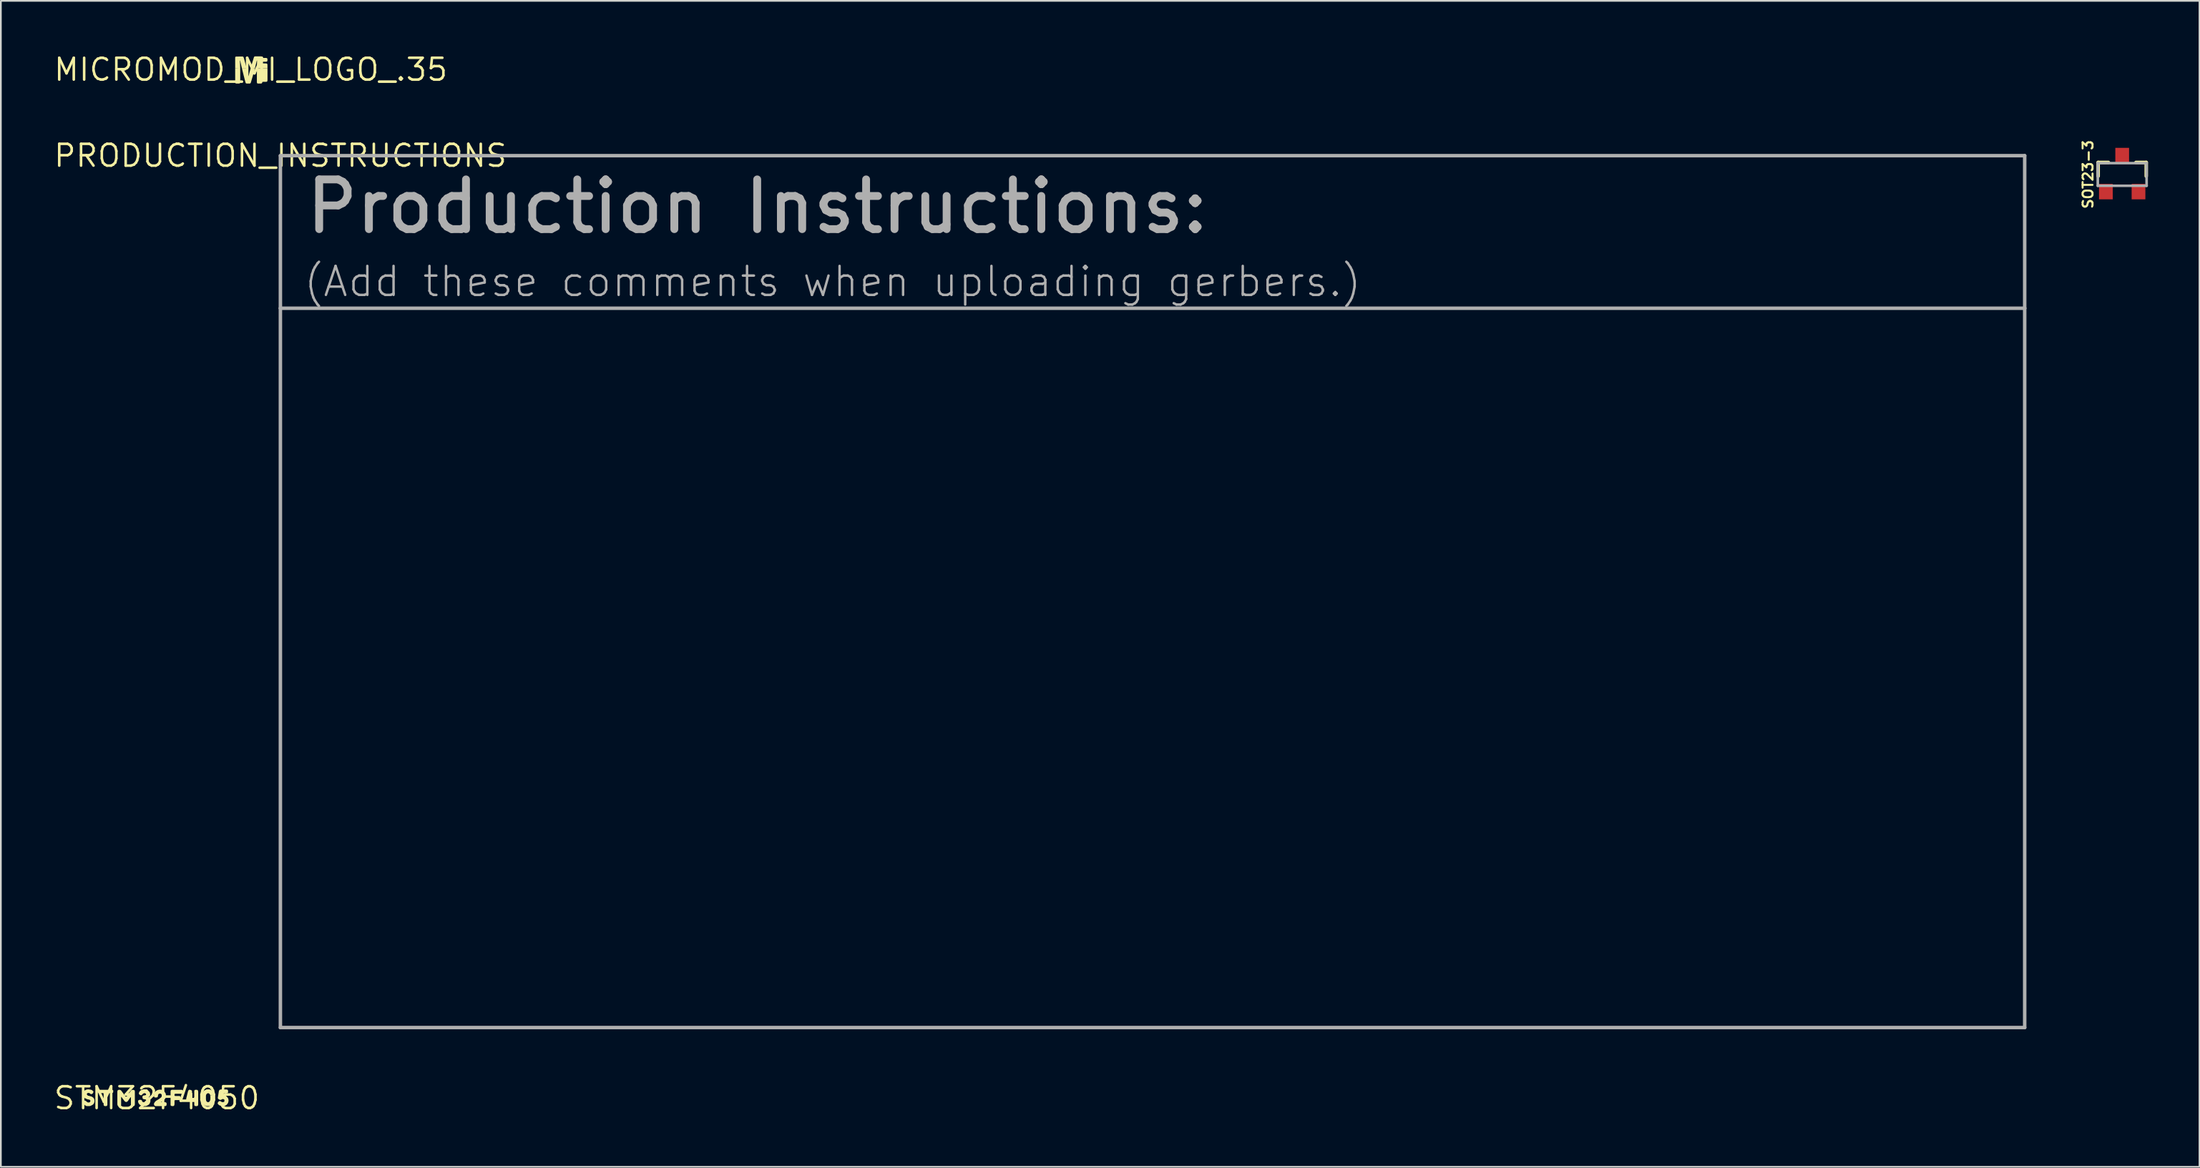
<source format=kicad_pcb>
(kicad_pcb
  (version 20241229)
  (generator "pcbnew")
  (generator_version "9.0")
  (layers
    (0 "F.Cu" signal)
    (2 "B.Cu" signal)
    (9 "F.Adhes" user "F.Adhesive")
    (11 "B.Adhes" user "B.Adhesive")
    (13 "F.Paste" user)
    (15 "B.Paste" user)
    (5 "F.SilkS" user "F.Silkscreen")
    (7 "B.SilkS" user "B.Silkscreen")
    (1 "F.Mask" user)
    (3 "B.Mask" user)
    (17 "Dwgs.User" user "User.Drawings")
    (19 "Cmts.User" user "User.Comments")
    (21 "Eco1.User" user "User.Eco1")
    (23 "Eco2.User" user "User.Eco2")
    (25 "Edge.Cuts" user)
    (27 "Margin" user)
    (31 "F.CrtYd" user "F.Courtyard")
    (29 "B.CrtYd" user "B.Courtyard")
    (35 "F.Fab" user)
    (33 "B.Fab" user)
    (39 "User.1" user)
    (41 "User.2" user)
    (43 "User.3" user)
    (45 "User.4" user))
  (footprint "MICROMOD_MI_LOGO_.35"
    (layer "F.Cu")
    (at 11.558 1.006)
    (property "Reference" "MICROMOD_MI_LOGO_.35" (at 0 0 0) (layer "F.SilkS") (effects (font (size 1.27 1.27) (thickness 0.15))))
    (attr through_hole)
    (fp_poly (pts (xy -0.91 -0.071) (xy -0.909 0.768) (xy -0.878 0.807) (xy -0.826 0.811) (xy -0.669 0.811) (xy -0.624 0.788) (xy -0.615 0.738) (xy -0.615 0.161) (xy -0.618 -0.048) (xy -0.648 -0.071)) (stroke (width 0) (type solid)) (fill yes) (layer "F.SilkS"))
    (fp_poly (pts (xy 0.971 -0.071) (xy 0.389 -0.071) (xy 0.356 -0.076) (xy 0.353 0.742) (xy 0.366 0.792) (xy 0.413 0.811) (xy 0.572 0.811) (xy 0.624 0.809) (xy 0.66 0.774) (xy 0.671 0.723) (xy 0.72 0.711) (xy 0.879 0.711) (xy 0.931 0.706) (xy 0.967 0.669) (xy 0.972 0.617) (xy 0.972 -0.018)) (stroke (width 0) (type solid)) (fill yes) (layer "F.SilkS"))
    (fp_poly (pts (xy -0.859 -0.762) (xy -0.903 -0.737) (xy -0.91 -0.685) (xy -0.909 -0.07) (xy -0.887 -0.07) (xy -0.617 -0.05) (xy -0.619 -0.12) (xy -0.624 -0.279) (xy -0.63 -0.438) (xy -0.637 -0.544) (xy -0.616 -0.506) (xy -0.582 -0.351) (xy -0.522 -0.092) (xy -0.486 -0.07) (xy -0.274 -0.07) (xy -0.241 -0.075) (xy -0.313 -0.346) (xy -0.384 -0.602) (xy -0.414 -0.704) (xy -0.437 -0.75) (xy -0.487 -0.763)) (stroke (width 0) (type solid)) (fill yes) (layer "F.SilkS"))
    (fp_poly (pts (xy -0.239 -0.071) (xy -0.52 -0.088) (xy -0.506 -0.029) (xy -0.417 0.332) (xy -0.338 0.641) (xy -0.31 0.744) (xy -0.292 0.793) (xy -0.244 0.811) (xy -0.084 0.811) (xy -0.032 0.807) (xy -0.000328 0.766) (xy 0.12 0.358) (xy 0.234 -0.052) (xy 0.205 -0.071) (xy -0.008 -0.071) (xy -0.024 -0.022) (xy -0.081 0.183) (xy -0.107 0.286) (xy -0.129 0.391) (xy -0.199 0.084) (xy -0.224 -0.02)) (stroke (width 0) (type solid)) (fill yes) (layer "F.SilkS"))
    (fp_poly (pts (xy -0.006 -0.076) (xy 0.2 -0.071) (xy 0.233 -0.049) (xy 0.306 -0.342) (xy 0.343 -0.496) (xy 0.36 -0.541) (xy 0.363 -0.493) (xy 0.358 -0.282) (xy 0.355 -0.071) (xy 0.937 -0.071) (xy 0.971 -0.073) (xy 0.97 -0.301) (xy 0.946 -0.347) (xy 0.897 -0.362) (xy 0.685 -0.363) (xy 0.661 -0.405) (xy 0.676 -0.452) (xy 0.728 -0.457) (xy 0.887 -0.457) (xy 0.938 -0.467) (xy 0.969 -0.508) (xy 0.971 -0.614) (xy 0.951 -0.661) (xy 0.903 -0.681) (xy 0.692 -0.681) (xy 0.661 -0.717) (xy 0.638 -0.762) (xy 0.588 -0.772) (xy 0.27 -0.772) (xy 0.218 -0.768) (xy 0.185 -0.729) (xy 0.091 -0.426) (xy 0.014 -0.173) (xy 0.004 -0.127)) (stroke (width 0) (type solid)) (fill yes) (layer "F.SilkS")))
  (footprint "STM32F4050"
    (layer "F.Cu")
    (at 6.085 60.926)
    (property "Reference" "STM32F4050" (at 0 0 0) (layer "F.SilkS") (effects (font (size 1.27 1.27) (thickness 0.15))))
    (attr through_hole)
    (fp_poly (pts (xy -3.35 -0.48) (xy -3.42 -0.47) (xy -3.44 -0.41) (xy -3.44 -0.34) (xy -3.4 -0.3) (xy -3.33 -0.29) (xy -3.12 -0.29) (xy -3.1 -0.25) (xy -3.1 0.37) (xy -3.09 0.43) (xy -3.04 0.47) (xy -2.97 0.47) (xy -2.91 0.46) (xy -2.88 0.4) (xy -2.88 0.33) (xy -2.88 -0.28) (xy -2.81 -0.29) (xy -2.6 -0.29) (xy -2.55 -0.32) (xy -2.54 -0.38) (xy -2.54 -0.45) (xy -2.6 -0.48) (xy -2.67 -0.48)) (stroke (width 0) (type solid)) (fill yes) (layer "F.SilkS"))
    (fp_poly (pts (xy 1.43 -0.48) (xy 0.95 -0.48) (xy 0.87 -0.48) (xy 0.82 -0.46) (xy 0.8 -0.4) (xy 0.8 -0.33) (xy 0.8 0.35) (xy 0.8 0.42) (xy 0.84 0.46) (xy 0.92 0.47) (xy 0.99 0.46) (xy 1.02 0.41) (xy 1.03 0.34) (xy 1.03 0.14) (xy 1.07 0.12) (xy 1.27 0.12) (xy 1.34 0.11) (xy 1.38 0.07) (xy 1.39 -0.01) (xy 1.38 -0.08) (xy 1.33 -0.12) (xy 1.06 -0.12) (xy 1.03 -0.15) (xy 1.03 -0.22) (xy 1.06 -0.25) (xy 1.47 -0.25) (xy 1.52 -0.29) (xy 1.54 -0.35) (xy 1.53 -0.42) (xy 1.49 -0.47)) (stroke (width 0) (type solid)) (fill yes) (layer "F.SilkS"))
    (fp_poly (pts (xy 2.2 -0.47) (xy 2.18 -0.41) (xy 2.18 -0.07) (xy 2.16 -0.01) (xy 2.03 -0.01) (xy 1.97 -0.02) (xy 2.05 -0.35) (xy 2.05 -0.41) (xy 2.01 -0.46) (xy 1.94 -0.48) (xy 1.87 -0.48) (xy 1.83 -0.43) (xy 1.81 -0.37) (xy 1.71 0.03) (xy 1.71 0.09) (xy 1.72 0.16) (xy 1.77 0.19) (xy 1.85 0.2) (xy 2.12 0.2) (xy 2.18 0.2) (xy 2.18 0.34) (xy 2.18 0.41) (xy 2.21 0.46) (xy 2.28 0.47) (xy 2.35 0.47) (xy 2.4 0.43) (xy 2.41 0.36) (xy 2.41 -0.38) (xy 2.39 -0.45) (xy 2.34 -0.48) (xy 2.26 -0.48)) (stroke (width 0) (type solid)) (fill yes) (layer "F.SilkS"))
    (fp_poly (pts (xy -1.29 -0.44) (xy -1.33 -0.47) (xy -1.42 -0.48) (xy -1.48 -0.46) (xy -1.6 -0.3) (xy -1.75 -0.1) (xy -1.81 -0.08) (xy -2.05 -0.4) (xy -2.09 -0.45) (xy -2.15 -0.48) (xy -2.23 -0.48) (xy -2.28 -0.45) (xy -2.3 -0.39) (xy -2.3 0.36) (xy -2.29 0.42) (xy -2.25 0.47) (xy -2.17 0.47) (xy -2.1 0.46) (xy -2.08 0.41) (xy -2.08 -0.07) (xy -2.06 -0.06) (xy -1.88 0.18) (xy -1.83 0.22) (xy -1.76 0.23) (xy -1.7 0.19) (xy -1.67 0.15) (xy -1.51 -0.08) (xy -1.51 0.33) (xy -1.51 0.4) (xy -1.48 0.45) (xy -1.42 0.47) (xy -1.34 0.47) (xy -1.3 0.44) (xy -1.28 0.37) (xy -1.28 -0.38)) (stroke (width 0) (type solid)) (fill yes) (layer "F.SilkS"))
    (fp_poly (pts (xy 3.72 -0.5) (xy 3.66 -0.48) (xy 3.62 -0.43) (xy 3.61 -0.39) (xy 3.55 0) (xy 3.57 0.04) (xy 3.62 0.08) (xy 3.69 0.11) (xy 3.75 0.1) (xy 3.81 0.06) (xy 3.88 0.06) (xy 3.93 0.09) (xy 3.94 0.16) (xy 3.92 0.22) (xy 3.86 0.24) (xy 3.78 0.23) (xy 3.72 0.19) (xy 3.67 0.17) (xy 3.61 0.19) (xy 3.56 0.25) (xy 3.54 0.31) (xy 3.57 0.36) (xy 3.62 0.41) (xy 3.69 0.44) (xy 3.75 0.46) (xy 3.82 0.47) (xy 3.89 0.47) (xy 3.95 0.46) (xy 4.01 0.43) (xy 4.07 0.39) (xy 4.11 0.34) (xy 4.15 0.28) (xy 4.17 0.21) (xy 4.18 0.14) (xy 4.17 0.08) (xy 4.15 0.01) (xy 4.11 -0.04) (xy 4.06 -0.1) (xy 4.01 -0.14) (xy 3.95 -0.16) (xy 3.88 -0.18) (xy 3.81 -0.18) (xy 3.82 -0.26) (xy 3.86 -0.27) (xy 4.07 -0.27) (xy 4.13 -0.29) (xy 4.15 -0.34) (xy 4.15 -0.43) (xy 4.13 -0.48) (xy 4.07 -0.5)) (stroke (width 0) (type solid)) (fill yes) (layer "F.SilkS"))
    (fp_poly (pts (xy 0.46 0.24) (xy 0.26 0.24) (xy 0.24 0.23) (xy 0.3 0.2) (xy 0.35 0.17) (xy 0.41 0.12) (xy 0.46 0.07) (xy 0.5 0.02) (xy 0.52 -0.05) (xy 0.53 -0.11) (xy 0.53 -0.18) (xy 0.52 -0.25) (xy 0.49 -0.31) (xy 0.45 -0.36) (xy 0.41 -0.41) (xy 0.36 -0.45) (xy 0.3 -0.48) (xy 0.23 -0.49) (xy 0.16 -0.49) (xy 0.09 -0.48) (xy 0.03 -0.46) (xy -0.03 -0.43) (xy -0.08 -0.38) (xy -0.12 -0.32) (xy -0.15 -0.26) (xy -0.16 -0.2) (xy -0.17 -0.13) (xy -0.16 -0.07) (xy -0.11 -0.03) (xy -0.03 -0.03) (xy 0.04 -0.05) (xy 0.06 -0.1) (xy 0.07 -0.16) (xy 0.09 -0.22) (xy 0.15 -0.26) (xy 0.22 -0.26) (xy 0.27 -0.22) (xy 0.3 -0.16) (xy 0.29 -0.1) (xy 0.25 -0.04) (xy 0.2 0) (xy 0.15 0.04) (xy -0.03 0.15) (xy -0.08 0.19) (xy -0.12 0.24) (xy -0.16 0.3) (xy -0.17 0.36) (xy -0.15 0.42) (xy -0.09 0.47) (xy -0.03 0.47) (xy 0.44 0.47) (xy 0.51 0.47) (xy 0.56 0.43) (xy 0.57 0.37) (xy 0.57 0.3) (xy 0.53 0.25)) (stroke (width 0) (type solid)) (fill yes) (layer "F.SilkS"))
    (fp_poly (pts (xy -4.29 0.33) (xy -4.25 0.37) (xy -4.19 0.41) (xy -4.14 0.45) (xy -4.07 0.47) (xy -4 0.47) (xy -3.93 0.47) (xy -3.87 0.46) (xy -3.81 0.43) (xy -3.75 0.4) (xy -3.7 0.36) (xy -3.66 0.3) (xy -3.64 0.24) (xy -3.63 0.17) (xy -3.64 0.09) (xy -3.66 0.03) (xy -3.7 -0.02) (xy -3.75 -0.06) (xy -3.81 -0.09) (xy -3.88 -0.11) (xy -4.01 -0.14) (xy -4.06 -0.18) (xy -4.08 -0.24) (xy -4.04 -0.29) (xy -3.97 -0.3) (xy -3.91 -0.28) (xy -3.85 -0.23) (xy -3.79 -0.23) (xy -3.74 -0.26) (xy -3.7 -0.33) (xy -3.69 -0.38) (xy -3.74 -0.43) (xy -3.79 -0.47) (xy -3.86 -0.49) (xy -3.93 -0.5) (xy -4 -0.51) (xy -4.07 -0.5) (xy -4.14 -0.48) (xy -4.19 -0.45) (xy -4.24 -0.41) (xy -4.28 -0.35) (xy -4.3 -0.29) (xy -4.31 -0.23) (xy -4.3 -0.16) (xy -4.28 -0.09) (xy -4.25 -0.04) (xy -4.2 0) (xy -4.14 0.03) (xy -4.07 0.06) (xy -4.01 0.08) (xy -3.94 0.09) (xy -3.88 0.12) (xy -3.87 0.18) (xy -3.89 0.23) (xy -3.96 0.26) (xy -4.03 0.25) (xy -4.09 0.21) (xy -4.15 0.16) (xy -4.2 0.14) (xy -4.26 0.15) (xy -4.31 0.21) (xy -4.32 0.26)) (stroke (width 0) (type solid)) (fill yes) (layer "F.SilkS"))
    (fp_poly (pts (xy -0.57 -0.51) (xy -0.71 -0.51) (xy -0.78 -0.51) (xy -0.84 -0.49) (xy -0.91 -0.47) (xy -0.96 -0.43) (xy -1.01 -0.38) (xy -1.04 -0.31) (xy -1.05 -0.26) (xy -1.02 -0.21) (xy -0.96 -0.17) (xy -0.9 -0.16) (xy -0.85 -0.2) (xy -0.81 -0.25) (xy -0.75 -0.28) (xy -0.68 -0.28) (xy -0.63 -0.24) (xy -0.63 -0.18) (xy -0.69 -0.16) (xy -0.77 -0.15) (xy -0.82 -0.13) (xy -0.84 -0.07) (xy -0.83 0.02) (xy -0.79 0.06) (xy -0.73 0.07) (xy -0.66 0.08) (xy -0.61 0.13) (xy -0.6 0.19) (xy -0.65 0.23) (xy -0.71 0.25) (xy -0.78 0.24) (xy -0.85 0.21) (xy -0.87 0.14) (xy -0.91 0.11) (xy -0.99 0.1) (xy -1.06 0.12) (xy -1.09 0.16) (xy -1.09 0.23) (xy -1.07 0.29) (xy -1.03 0.35) (xy -0.98 0.4) (xy -0.93 0.43) (xy -0.87 0.46) (xy -0.8 0.47) (xy -0.73 0.47) (xy -0.66 0.47) (xy -0.59 0.45) (xy -0.53 0.42) (xy -0.48 0.39) (xy -0.43 0.34) (xy -0.4 0.28) (xy -0.38 0.22) (xy -0.37 0.15) (xy -0.38 0.09) (xy -0.42 0.03) (xy -0.47 -0.02) (xy -0.47 -0.06) (xy -0.42 -0.1) (xy -0.39 -0.16) (xy -0.39 -0.23) (xy -0.4 -0.3) (xy -0.43 -0.36) (xy -0.48 -0.41)) (stroke (width 0) (type solid)) (fill yes) (layer "F.SilkS"))
    (fp_poly (pts (xy 2.73 -0.4) (xy 2.7 -0.35) (xy 2.67 -0.29) (xy 2.65 -0.22) (xy 2.64 -0.16) (xy 2.63 -0.09) (xy 2.62 -0.02) (xy 2.63 0.06) (xy 2.63 0.13) (xy 2.65 0.19) (xy 2.67 0.25) (xy 2.7 0.32) (xy 2.73 0.37) (xy 2.78 0.41) (xy 2.84 0.45) (xy 2.91 0.47) (xy 2.98 0.47) (xy 3.05 0.47) (xy 3.11 0.45) (xy 3.17 0.42) (xy 3.22 0.38) (xy 3.26 0.33) (xy 3.29 0.28) (xy 3.32 0.22) (xy 3.33 0.15) (xy 3.34 0.08) (xy 3.35 0.01) (xy 3.35 -0.07) (xy 3.34 -0.13) (xy 3.33 -0.2) (xy 3.11 -0.15) (xy 3.12 -0.07) (xy 3.12 0.03) (xy 3.11 0.12) (xy 3.08 0.18) (xy 3.05 0.22) (xy 3 0.24) (xy 2.98 0.24) (xy 2.94 0.23) (xy 2.9 0.2) (xy 2.87 0.14) (xy 2.86 0.06) (xy 2.86 -0.04) (xy 2.86 -0.14) (xy 2.88 -0.21) (xy 2.91 -0.25) (xy 2.96 -0.28) (xy 3.01 -0.28) (xy 3.05 -0.26) (xy 3.09 -0.22) (xy 3.11 -0.16) (xy 3.33 -0.2) (xy 3.31 -0.27) (xy 3.28 -0.33) (xy 3.25 -0.39) (xy 3.2 -0.43) (xy 3.15 -0.48) (xy 3.09 -0.5) (xy 3.02 -0.51) (xy 2.95 -0.51) (xy 2.88 -0.5) (xy 2.82 -0.47) (xy 2.76 -0.44)) (stroke (width 0) (type solid)) (fill yes) (layer "F.SilkS")))
  (footprint "SOT23-3"
    (layer "F.Cu")
    (at 120.561 7.114)
    (property "Reference" "SOT23-3" (at -1.651 0 90) (layer "F.SilkS") (effects (font (size 0.579 0.579) (thickness 0.116)) (justify bottom)))
    (attr through_hole)
    (fp_line (start -1.4 -0.7) (end -1.4 0.1) (stroke (width 0.203) (type solid)) (layer "F.SilkS"))
    (fp_line (start -0.8 -0.7) (end -1.4 -0.7) (stroke (width 0.203) (type solid)) (layer "F.SilkS"))
    (fp_line (start 0.8 -0.7) (end 1.4 -0.7) (stroke (width 0.203) (type solid)) (layer "F.SilkS"))
    (fp_line (start 1.4 -0.7) (end 1.4 0.1) (stroke (width 0.203) (type solid)) (layer "F.SilkS"))
    (fp_line (start -1.422 -0.66) (end 1.422 -0.66) (stroke (width 0.152) (type solid)) (layer "F.Fab"))
    (fp_line (start -1.422 0.66) (end -1.422 -0.66) (stroke (width 0.152) (type solid)) (layer "F.Fab"))
    (fp_line (start 1.422 -0.66) (end 1.422 0.66) (stroke (width 0.152) (type solid)) (layer "F.Fab"))
    (fp_line (start 1.422 0.66) (end -1.422 0.66) (stroke (width 0.152) (type solid)) (layer "F.Fab"))
    (pad "1" smd rect (at -0.95 1) (size 0.8 0.9) (layers "F.Cu" "F.Mask" "F.Paste"))
    (pad "2" smd rect (at 0.95 1) (size 0.8 0.9) (layers "F.Cu" "F.Mask" "F.Paste"))
    (pad "3" smd rect (at 0 -1.1) (size 0.8 0.9) (layers "F.Cu" "F.Mask" "F.Paste")))
  (footprint "PRODUCTION_INSTRUCTIONS"
    (layer "F.Cu")
    (at 13.282 6.019)
    (property "Reference" "PRODUCTION_INSTRUCTIONS" (at 0 0 0) (layer "F.SilkS") (effects (font (size 1.27 1.27) (thickness 0.15))))
    (attr through_hole)
    (fp_line (start 0 0) (end 101.6 0) (stroke (width 0.203) (type solid)) (layer "F.Fab"))
    (fp_line (start 0 8.89) (end 0 0) (stroke (width 0.203) (type solid)) (layer "F.Fab"))
    (fp_line (start 0 8.89) (end 101.6 8.89) (stroke (width 0.203) (type solid)) (layer "F.Fab"))
    (fp_line (start 0 50.8) (end 0 8.89) (stroke (width 0.203) (type solid)) (layer "F.Fab"))
    (fp_line (start 101.6 0) (end 101.6 8.89) (stroke (width 0.203) (type solid)) (layer "F.Fab"))
    (fp_line (start 101.6 8.89) (end 101.6 50.8) (stroke (width 0.203) (type solid)) (layer "F.Fab"))
    (fp_line (start 101.6 50.8) (end 0 50.8) (stroke (width 0.203) (type solid)) (layer "F.Fab"))
    (fp_text user "(Add these comments when uploading gerbers.)" (at 1.27 6.35 0) (layer "F.Fab") (effects (font (size 1.689 1.689) (thickness 0.142)) (justify left top)))
    (fp_text user "Production Instructions:" (at 1.27 1.27 0) (layer "F.Fab") (effects (font (size 2.896 2.896) (thickness 0.457)) (justify left top))))
  (gr_rect
    (start -3 -3)
    (end 125.063 64.933)
    (stroke (width 0.1) (type default))
    (fill no)
    (layer "Edge.Cuts")))
</source>
